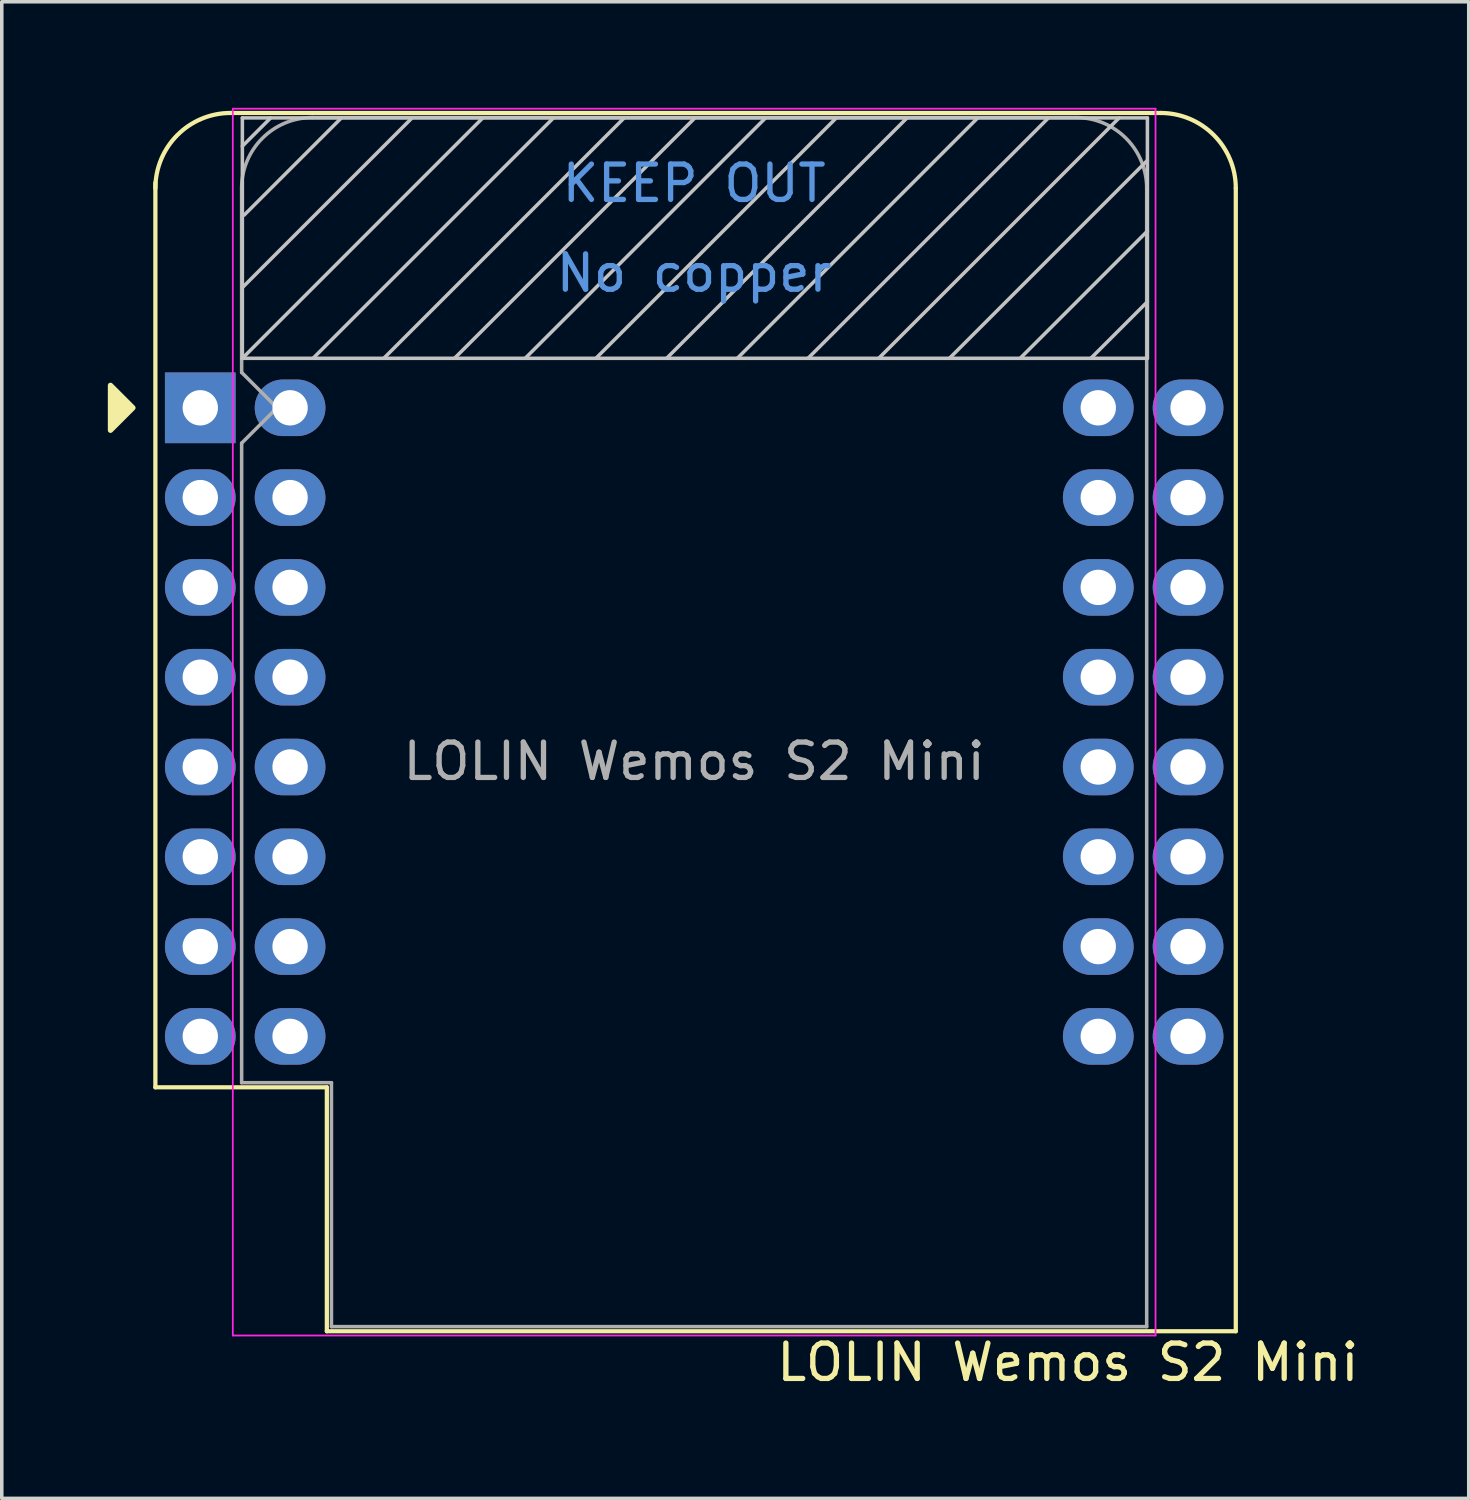
<source format=kicad_pcb>
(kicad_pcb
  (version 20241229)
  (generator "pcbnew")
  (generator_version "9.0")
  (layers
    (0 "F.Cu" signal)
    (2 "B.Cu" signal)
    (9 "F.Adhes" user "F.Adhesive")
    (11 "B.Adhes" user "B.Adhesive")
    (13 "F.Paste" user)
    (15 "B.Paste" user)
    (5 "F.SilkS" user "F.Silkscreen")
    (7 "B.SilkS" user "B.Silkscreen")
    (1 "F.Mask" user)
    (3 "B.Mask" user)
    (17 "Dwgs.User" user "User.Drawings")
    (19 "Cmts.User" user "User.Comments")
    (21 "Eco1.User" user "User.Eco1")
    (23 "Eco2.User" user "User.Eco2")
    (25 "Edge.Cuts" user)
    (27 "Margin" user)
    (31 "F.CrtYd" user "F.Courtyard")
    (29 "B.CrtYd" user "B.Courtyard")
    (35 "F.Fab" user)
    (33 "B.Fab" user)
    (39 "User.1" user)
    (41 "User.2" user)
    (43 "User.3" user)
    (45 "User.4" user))
  (footprint "LOLIN Wemos S2 Mini"
    (layer "F.Cu")
    (at 5.155 8.485)
    (property "Reference" "LOLIN Wemos S2 Mini" (at 22 27 0) (layer "F.SilkS") (effects (font (size 1 1) (thickness 0.15))))
    (attr through_hole)
    (fp_line (start -3.81 19.22) (end -3.81 -6.365) (stroke (width 0.12) (type solid)) (layer "F.SilkS"))
    (fp_line (start -3.81 19.22) (end 1.04 19.22) (stroke (width 0.12) (type solid)) (layer "F.SilkS"))
    (fp_line (start 1.04 19.22) (end 1.04 26.12) (stroke (width 0.12) (type solid)) (layer "F.SilkS"))
    (fp_line (start 1.04 26.12) (end 26.75 26.12) (stroke (width 0.12) (type solid)) (layer "F.SilkS"))
    (fp_line (start 24.62 -8.34) (end -1.68 -8.34) (stroke (width 0.12) (type solid)) (layer "F.SilkS"))
    (fp_line (start 26.75 26.12) (end 26.75 -6.21) (stroke (width 0.12) (type solid)) (layer "F.SilkS"))
    (fp_arc (start -3.81 -6.21) (mid -3.186137 -7.716137) (end -1.68 -8.34) (stroke (width 0.12) (type solid)) (layer "F.SilkS"))
    (fp_arc (start 24.62 -8.34) (mid 26.126137 -7.716137) (end 26.75 -6.21) (stroke (width 0.12) (type solid)) (layer "F.SilkS"))
    (fp_poly (pts (xy -5.08 -0.635) (xy -5.08 0.635) (xy -4.445 0)) (stroke (width 0.15) (type solid)) (fill yes) (layer "F.SilkS"))
    (fp_line (start -1.35 -8.2) (end -1.35 -1.4) (stroke (width 0.1) (type solid)) (layer "Dwgs.User"))
    (fp_line (start -1.35 -7.4) (end -0.55 -8.2) (stroke (width 0.1) (type solid)) (layer "Dwgs.User"))
    (fp_line (start -1.35 -3.4) (end 3.45 -8.2) (stroke (width 0.1) (type solid)) (layer "Dwgs.User"))
    (fp_line (start -1.35 -1.4) (end 5.45 -8.2) (stroke (width 0.1) (type solid)) (layer "Dwgs.User"))
    (fp_line (start -1.35 -1.4) (end 24.25 -1.4) (stroke (width 0.1) (type solid)) (layer "Dwgs.User"))
    (fp_line (start -1.3 -5.45) (end 1.45 -8.2) (stroke (width 0.1) (type solid)) (layer "Dwgs.User"))
    (fp_line (start 0.65 -1.4) (end 7.45 -8.2) (stroke (width 0.1) (type solid)) (layer "Dwgs.User"))
    (fp_line (start 2.65 -1.4) (end 9.45 -8.2) (stroke (width 0.1) (type solid)) (layer "Dwgs.User"))
    (fp_line (start 4.65 -1.4) (end 11.45 -8.2) (stroke (width 0.1) (type solid)) (layer "Dwgs.User"))
    (fp_line (start 6.65 -1.4) (end 13.45 -8.2) (stroke (width 0.1) (type solid)) (layer "Dwgs.User"))
    (fp_line (start 8.65 -1.4) (end 15.45 -8.2) (stroke (width 0.1) (type solid)) (layer "Dwgs.User"))
    (fp_line (start 10.65 -1.4) (end 17.45 -8.2) (stroke (width 0.1) (type solid)) (layer "Dwgs.User"))
    (fp_line (start 12.65 -1.4) (end 19.45 -8.2) (stroke (width 0.1) (type solid)) (layer "Dwgs.User"))
    (fp_line (start 14.65 -1.4) (end 21.45 -8.2) (stroke (width 0.1) (type solid)) (layer "Dwgs.User"))
    (fp_line (start 16.65 -1.4) (end 23.45 -8.2) (stroke (width 0.1) (type solid)) (layer "Dwgs.User"))
    (fp_line (start 18.65 -1.4) (end 24.25 -7) (stroke (width 0.1) (type solid)) (layer "Dwgs.User"))
    (fp_line (start 20.65 -1.4) (end 24.25 -5) (stroke (width 0.1) (type solid)) (layer "Dwgs.User"))
    (fp_line (start 22.65 -1.4) (end 24.25 -3) (stroke (width 0.1) (type solid)) (layer "Dwgs.User"))
    (fp_line (start 24.25 -8.2) (end -1.35 -8.2) (stroke (width 0.1) (type solid)) (layer "Dwgs.User"))
    (fp_line (start 24.25 -1.4) (end 24.25 -8.2) (stroke (width 0.1) (type solid)) (layer "Dwgs.User"))
    (fp_line (start -1.62 -8.46) (end 24.48 -8.46) (stroke (width 0.05) (type solid)) (layer "F.CrtYd"))
    (fp_line (start -1.62 26.24) (end -1.62 -8.46) (stroke (width 0.05) (type solid)) (layer "F.CrtYd"))
    (fp_line (start 24.48 -8.46) (end 24.48 26.24) (stroke (width 0.05) (type solid)) (layer "F.CrtYd"))
    (fp_line (start 24.48 26.24) (end -1.62 26.24) (stroke (width 0.05) (type solid)) (layer "F.CrtYd"))
    (fp_line (start -1.37 -6.21) (end -1.37 -1) (stroke (width 0.1) (type solid)) (layer "F.Fab"))
    (fp_line (start -1.37 1) (end -1.37 19.09) (stroke (width 0.1) (type solid)) (layer "F.Fab"))
    (fp_line (start -1.37 1) (end -0.37 0) (stroke (width 0.1) (type solid)) (layer "F.Fab"))
    (fp_line (start -1.37 19.09) (end 1.17 19.09) (stroke (width 0.1) (type solid)) (layer "F.Fab"))
    (fp_line (start -0.37 0) (end -1.37 -1) (stroke (width 0.1) (type solid)) (layer "F.Fab"))
    (fp_line (start 1.17 19.09) (end 1.17 25.99) (stroke (width 0.1) (type solid)) (layer "F.Fab"))
    (fp_line (start 1.17 25.99) (end 24.23 25.99) (stroke (width 0.1) (type solid)) (layer "F.Fab"))
    (fp_line (start 22.23 -8.21) (end 0.63 -8.21) (stroke (width 0.1) (type solid)) (layer "F.Fab"))
    (fp_line (start 24.23 25.99) (end 24.23 -6.21) (stroke (width 0.1) (type solid)) (layer "F.Fab"))
    (fp_arc (start -1.37 -6.21) (mid -0.784214 -7.624214) (end 0.63 -8.21) (stroke (width 0.1) (type solid)) (layer "F.Fab"))
    (fp_arc (start 22.25 -8.21) (mid 23.658356 -7.610071) (end 24.23 -6.19) (stroke (width 0.1) (type solid)) (layer "F.Fab"))
    (fp_text user "No copper" (at 11.43 -3.81 0) (layer "Cmts.User") (effects (font (size 1 1) (thickness 0.15))))
    (fp_text user "KEEP OUT" (at 11.43 -6.35 0) (layer "Cmts.User") (effects (font (size 1 1) (thickness 0.15))))
    (fp_text user "${REFERENCE}" (at 11.43 10 0) (layer "F.Fab") (effects (font (size 1 1) (thickness 0.15))))
    (pad "1" thru_hole rect (at -2.54 0) (size 2 2) (drill 1) (layers "*.Cu" "*.Mask"))
    (pad "2" thru_hole oval (at -2.54 2.54) (size 2 1.6) (drill 1) (layers "*.Cu" "*.Mask"))
    (pad "3" thru_hole oval (at -2.54 5.08) (size 2 1.6) (drill 1) (layers "*.Cu" "*.Mask"))
    (pad "4" thru_hole oval (at -2.54 7.62) (size 2 1.6) (drill 1) (layers "*.Cu" "*.Mask"))
    (pad "5" thru_hole oval (at -2.54 10.16) (size 2 1.6) (drill 1) (layers "*.Cu" "*.Mask"))
    (pad "6" thru_hole oval (at -2.54 12.7) (size 2 1.6) (drill 1) (layers "*.Cu" "*.Mask"))
    (pad "7" thru_hole oval (at -2.54 15.24) (size 2 1.6) (drill 1) (layers "*.Cu" "*.Mask"))
    (pad "8" thru_hole oval (at -2.54 17.78) (size 2 1.6) (drill 1) (layers "*.Cu" "*.Mask"))
    (pad "9" thru_hole oval (at 0 0 180) (size 2 1.6) (drill 1) (layers "*.Cu" "*.Mask"))
    (pad "10" thru_hole oval (at 0 2.54 180) (size 2 1.6) (drill 1) (layers "*.Cu" "*.Mask"))
    (pad "11" thru_hole oval (at 0 5.08 180) (size 2 1.6) (drill 1) (layers "*.Cu" "*.Mask"))
    (pad "12" thru_hole oval (at 0 7.62 180) (size 2 1.6) (drill 1) (layers "*.Cu" "*.Mask"))
    (pad "13" thru_hole oval (at 0 10.16 180) (size 2 1.6) (drill 1) (layers "*.Cu" "*.Mask"))
    (pad "14" thru_hole oval (at 0 12.7 180) (size 2 1.6) (drill 1) (layers "*.Cu" "*.Mask"))
    (pad "15" thru_hole oval (at 0 15.24 180) (size 2 1.6) (drill 1) (layers "*.Cu" "*.Mask"))
    (pad "16" thru_hole oval (at 0 17.78 180) (size 2 1.6) (drill 1) (layers "*.Cu" "*.Mask"))
    (pad "17" thru_hole oval (at 25.4 0) (size 2 1.6) (drill 1) (layers "*.Cu" "*.Mask"))
    (pad "18" thru_hole oval (at 25.4 2.54) (size 2 1.6) (drill 1) (layers "*.Cu" "*.Mask"))
    (pad "19" thru_hole oval (at 25.4 5.08) (size 2 1.6) (drill 1) (layers "*.Cu" "*.Mask"))
    (pad "20" thru_hole oval (at 25.4 7.62) (size 2 1.6) (drill 1) (layers "*.Cu" "*.Mask"))
    (pad "21" thru_hole oval (at 25.4 10.16) (size 2 1.6) (drill 1) (layers "*.Cu" "*.Mask"))
    (pad "22" thru_hole oval (at 25.4 12.7) (size 2 1.6) (drill 1) (layers "*.Cu" "*.Mask"))
    (pad "23" thru_hole oval (at 25.4 15.24) (size 2 1.6) (drill 1) (layers "*.Cu" "*.Mask"))
    (pad "24" thru_hole oval (at 25.4 17.78) (size 2 1.6) (drill 1) (layers "*.Cu" "*.Mask"))
    (pad "25" thru_hole oval (at 22.86 0) (size 2 1.6) (drill 1) (layers "*.Cu" "*.Mask"))
    (pad "26" thru_hole oval (at 22.86 2.54) (size 2 1.6) (drill 1) (layers "*.Cu" "*.Mask"))
    (pad "27" thru_hole oval (at 22.86 5.08) (size 2 1.6) (drill 1) (layers "*.Cu" "*.Mask"))
    (pad "28" thru_hole oval (at 22.86 7.62) (size 2 1.6) (drill 1) (layers "*.Cu" "*.Mask"))
    (pad "29" thru_hole oval (at 22.86 10.16) (size 2 1.6) (drill 1) (layers "*.Cu" "*.Mask"))
    (pad "30" thru_hole oval (at 22.86 12.7) (size 2 1.6) (drill 1) (layers "*.Cu" "*.Mask"))
    (pad "31" thru_hole oval (at 22.86 15.24) (size 2 1.6) (drill 1) (layers "*.Cu" "*.Mask"))
    (pad "31" thru_hole oval (at 22.86 17.78) (size 2 1.6) (drill 1) (layers "*.Cu" "*.Mask")))
  (gr_rect
    (start -3 -3)
    (end 38.494 39.333)
    (stroke (width 0.1) (type default))
    (fill no)
    (layer "Edge.Cuts")))
</source>
